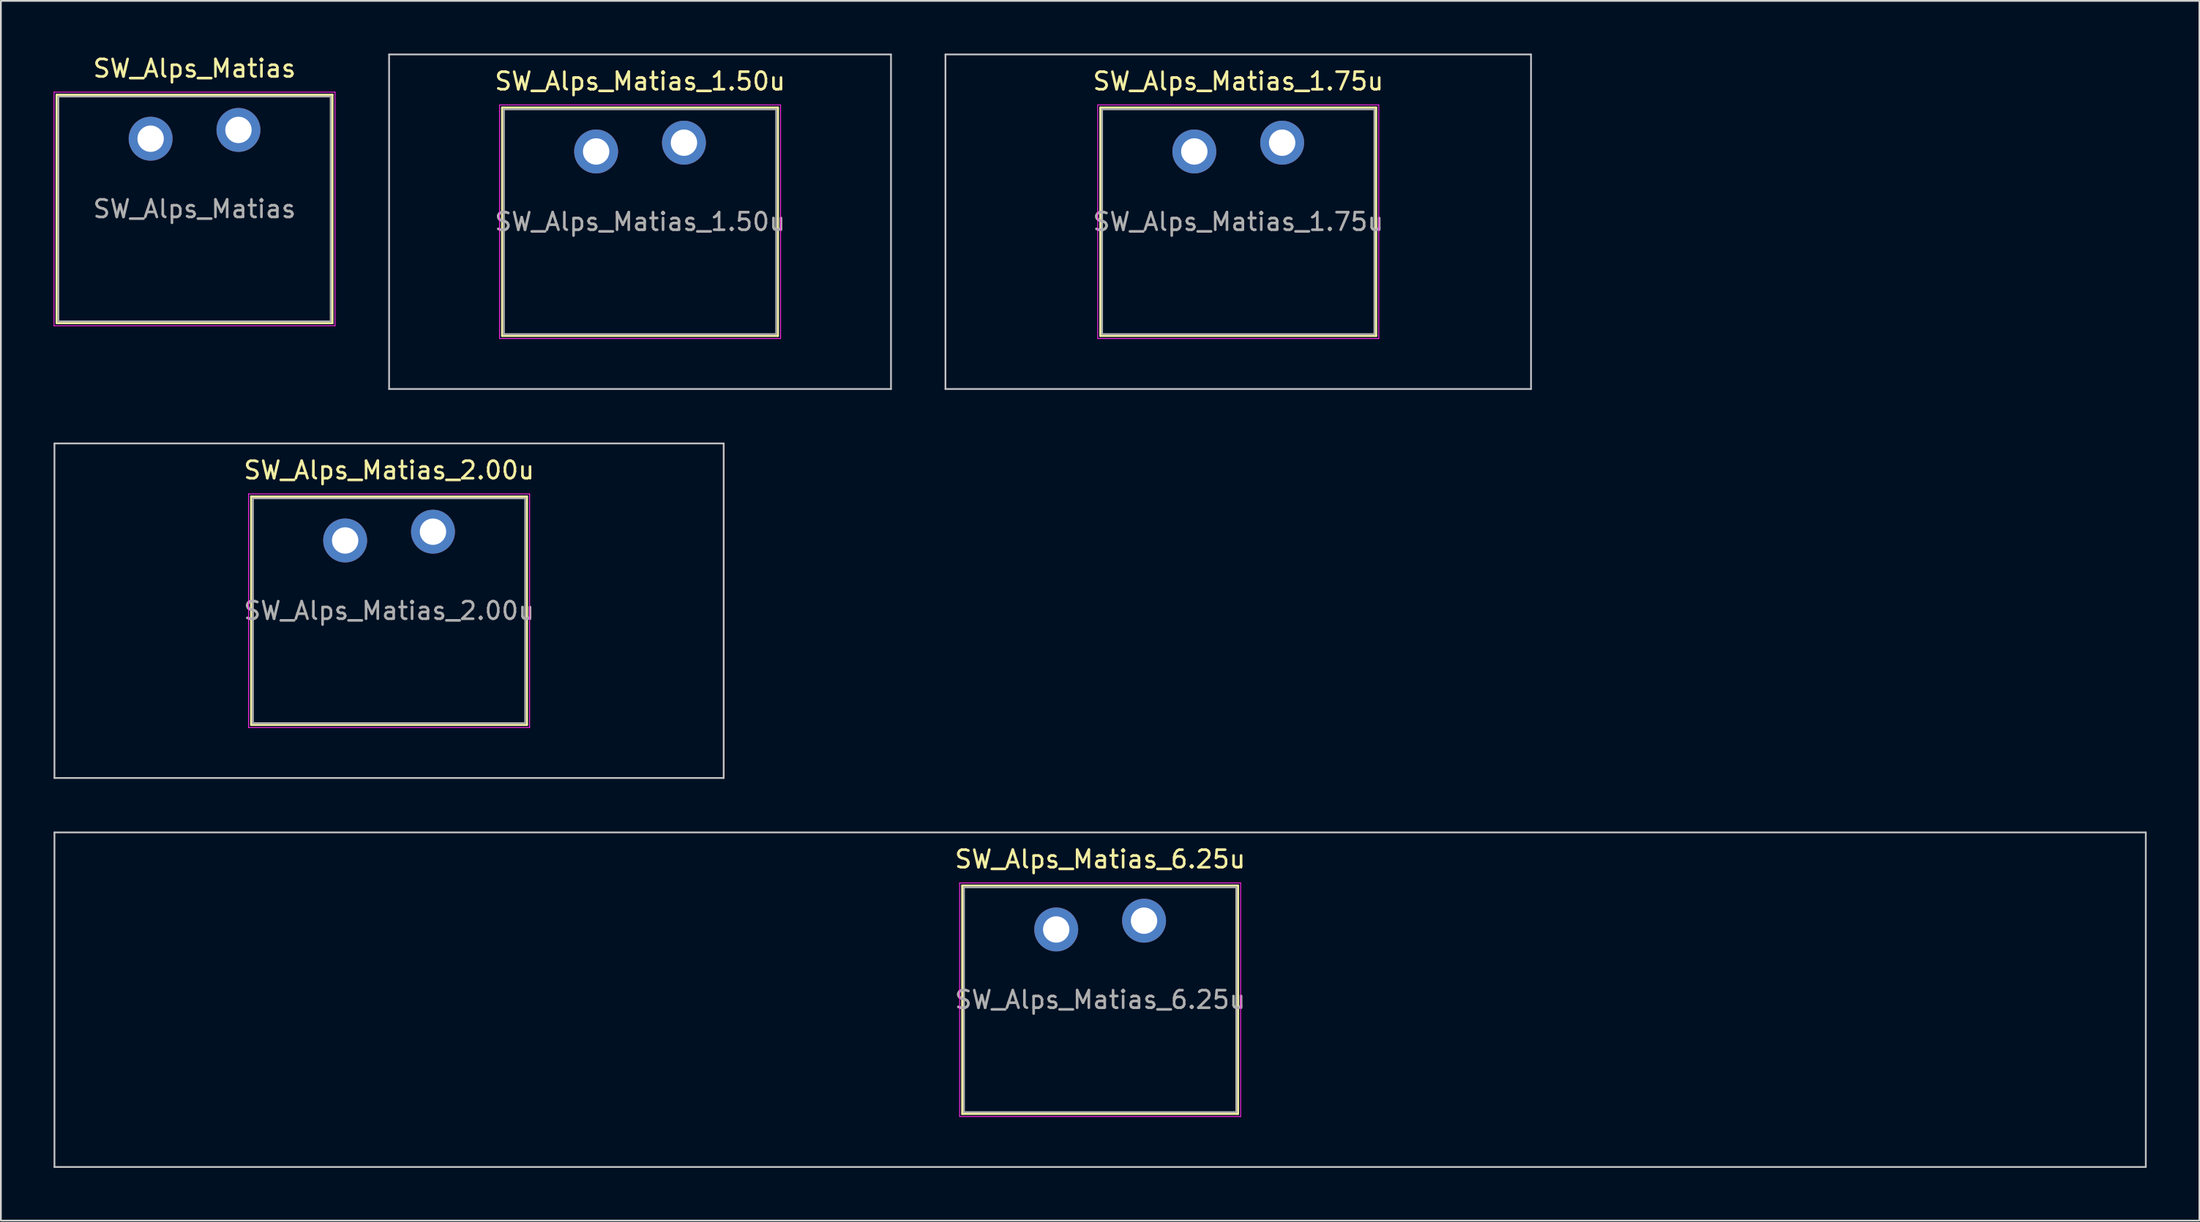
<source format=kicad_pcb>
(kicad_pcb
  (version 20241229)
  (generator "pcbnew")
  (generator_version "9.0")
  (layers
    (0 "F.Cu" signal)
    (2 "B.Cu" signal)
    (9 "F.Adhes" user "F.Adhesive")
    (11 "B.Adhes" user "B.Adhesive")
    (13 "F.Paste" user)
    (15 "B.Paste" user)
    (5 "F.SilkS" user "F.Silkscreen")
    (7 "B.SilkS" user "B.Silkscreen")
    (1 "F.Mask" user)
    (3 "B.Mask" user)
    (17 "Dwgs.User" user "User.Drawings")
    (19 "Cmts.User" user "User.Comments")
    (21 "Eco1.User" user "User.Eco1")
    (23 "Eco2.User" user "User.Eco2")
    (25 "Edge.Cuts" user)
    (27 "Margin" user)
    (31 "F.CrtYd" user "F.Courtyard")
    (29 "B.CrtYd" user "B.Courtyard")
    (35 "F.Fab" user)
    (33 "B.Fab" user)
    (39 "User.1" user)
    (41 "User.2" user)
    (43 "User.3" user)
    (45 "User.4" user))
  (footprint "SW_Alps_Matias_2.00u"
    (layer "F.Cu")
    (at 19.1 31.725)
    (property "Reference" "SW_Alps_Matias_2.00u" (at 0 -8 0) (layer "F.SilkS") (effects (font (size 1 1) (thickness 0.15))))
    (attr through_hole)
    (fp_line (start -7.85 -6.5) (end -7.85 6.5) (stroke (width 0.12) (type solid)) (layer "F.SilkS"))
    (fp_line (start -7.85 6.5) (end 7.85 6.5) (stroke (width 0.12) (type solid)) (layer "F.SilkS"))
    (fp_line (start 7.85 -6.5) (end -7.85 -6.5) (stroke (width 0.12) (type solid)) (layer "F.SilkS"))
    (fp_line (start 7.85 6.5) (end 7.85 -6.5) (stroke (width 0.12) (type solid)) (layer "F.SilkS"))
    (fp_line (start -19.05 -9.525) (end -19.05 9.525) (stroke (width 0.1) (type solid)) (layer "Dwgs.User"))
    (fp_line (start -19.05 9.525) (end 19.05 9.525) (stroke (width 0.1) (type solid)) (layer "Dwgs.User"))
    (fp_line (start 19.05 -9.525) (end -19.05 -9.525) (stroke (width 0.1) (type solid)) (layer "Dwgs.User"))
    (fp_line (start 19.05 9.525) (end 19.05 -9.525) (stroke (width 0.1) (type solid)) (layer "Dwgs.User"))
    (fp_line (start -7.75 -6.4) (end -7.75 6.4) (stroke (width 0.1) (type solid)) (layer "Eco1.User"))
    (fp_line (start -7.75 6.4) (end 7.75 6.4) (stroke (width 0.1) (type solid)) (layer "Eco1.User"))
    (fp_line (start 7.75 -6.4) (end -7.75 -6.4) (stroke (width 0.1) (type solid)) (layer "Eco1.User"))
    (fp_line (start 7.75 6.4) (end 7.75 -6.4) (stroke (width 0.1) (type solid)) (layer "Eco1.User"))
    (fp_line (start -8 -6.65) (end -8 6.65) (stroke (width 0.05) (type solid)) (layer "F.CrtYd"))
    (fp_line (start -8 6.65) (end 8 6.65) (stroke (width 0.05) (type solid)) (layer "F.CrtYd"))
    (fp_line (start 8 -6.65) (end -8 -6.65) (stroke (width 0.05) (type solid)) (layer "F.CrtYd"))
    (fp_line (start 8 6.65) (end 8 -6.65) (stroke (width 0.05) (type solid)) (layer "F.CrtYd"))
    (fp_line (start -7.75 -6.4) (end -7.75 6.4) (stroke (width 0.1) (type solid)) (layer "F.Fab"))
    (fp_line (start -7.75 6.4) (end 7.75 6.4) (stroke (width 0.1) (type solid)) (layer "F.Fab"))
    (fp_line (start 7.75 -6.4) (end -7.75 -6.4) (stroke (width 0.1) (type solid)) (layer "F.Fab"))
    (fp_line (start 7.75 6.4) (end 7.75 -6.4) (stroke (width 0.1) (type solid)) (layer "F.Fab"))
    (fp_text user "${REFERENCE}" (at 0 0 0) (layer "F.Fab") (effects (font (size 1 1) (thickness 0.15))))
    (pad "1" thru_hole circle (at -2.5 -4) (size 2.5 2.5) (drill 1.5) (layers "*.Cu" "B.Mask"))
    (pad "2" thru_hole circle (at 2.5 -4.5) (size 2.5 2.5) (drill 1.5) (layers "*.Cu" "B.Mask")))
  (footprint "SW_Alps_Matias"
    (layer "F.Cu")
    (at 8.025 8.848)
    (property "Reference" "SW_Alps_Matias" (at 0 -8 0) (layer "F.SilkS") (effects (font (size 1 1) (thickness 0.15))))
    (attr through_hole)
    (fp_line (start -7.85 -6.5) (end -7.85 6.5) (stroke (width 0.12) (type solid)) (layer "F.SilkS"))
    (fp_line (start -7.85 6.5) (end 7.85 6.5) (stroke (width 0.12) (type solid)) (layer "F.SilkS"))
    (fp_line (start 7.85 -6.5) (end -7.85 -6.5) (stroke (width 0.12) (type solid)) (layer "F.SilkS"))
    (fp_line (start 7.85 6.5) (end 7.85 -6.5) (stroke (width 0.12) (type solid)) (layer "F.SilkS"))
    (fp_line (start -7.75 -6.4) (end -7.75 6.4) (stroke (width 0.1) (type solid)) (layer "Eco1.User"))
    (fp_line (start -7.75 6.4) (end 7.75 6.4) (stroke (width 0.1) (type solid)) (layer "Eco1.User"))
    (fp_line (start 7.75 -6.4) (end -7.75 -6.4) (stroke (width 0.1) (type solid)) (layer "Eco1.User"))
    (fp_line (start 7.75 6.4) (end 7.75 -6.4) (stroke (width 0.1) (type solid)) (layer "Eco1.User"))
    (fp_line (start -8 -6.65) (end -8 6.65) (stroke (width 0.05) (type solid)) (layer "F.CrtYd"))
    (fp_line (start -8 6.65) (end 8 6.65) (stroke (width 0.05) (type solid)) (layer "F.CrtYd"))
    (fp_line (start 8 -6.65) (end -8 -6.65) (stroke (width 0.05) (type solid)) (layer "F.CrtYd"))
    (fp_line (start 8 6.65) (end 8 -6.65) (stroke (width 0.05) (type solid)) (layer "F.CrtYd"))
    (fp_line (start -7.75 -6.4) (end -7.75 6.4) (stroke (width 0.1) (type solid)) (layer "F.Fab"))
    (fp_line (start -7.75 6.4) (end 7.75 6.4) (stroke (width 0.1) (type solid)) (layer "F.Fab"))
    (fp_line (start 7.75 -6.4) (end -7.75 -6.4) (stroke (width 0.1) (type solid)) (layer "F.Fab"))
    (fp_line (start 7.75 6.4) (end 7.75 -6.4) (stroke (width 0.1) (type solid)) (layer "F.Fab"))
    (fp_text user "${REFERENCE}" (at 0 0 0) (layer "F.Fab") (effects (font (size 1 1) (thickness 0.15))))
    (pad "1" thru_hole circle (at -2.5 -4) (size 2.5 2.5) (drill 1.5) (layers "*.Cu" "B.Mask"))
    (pad "2" thru_hole circle (at 2.5 -4.5) (size 2.5 2.5) (drill 1.5) (layers "*.Cu" "B.Mask")))
  (footprint "SW_Alps_Matias_1.50u"
    (layer "F.Cu")
    (at 33.388 9.575)
    (property "Reference" "SW_Alps_Matias_1.50u" (at 0 -8 0) (layer "F.SilkS") (effects (font (size 1 1) (thickness 0.15))))
    (attr through_hole)
    (fp_line (start -7.85 -6.5) (end -7.85 6.5) (stroke (width 0.12) (type solid)) (layer "F.SilkS"))
    (fp_line (start -7.85 6.5) (end 7.85 6.5) (stroke (width 0.12) (type solid)) (layer "F.SilkS"))
    (fp_line (start 7.85 -6.5) (end -7.85 -6.5) (stroke (width 0.12) (type solid)) (layer "F.SilkS"))
    (fp_line (start 7.85 6.5) (end 7.85 -6.5) (stroke (width 0.12) (type solid)) (layer "F.SilkS"))
    (fp_line (start -14.287 -9.525) (end -14.287 9.525) (stroke (width 0.1) (type solid)) (layer "Dwgs.User"))
    (fp_line (start -14.287 9.525) (end 14.287 9.525) (stroke (width 0.1) (type solid)) (layer "Dwgs.User"))
    (fp_line (start 14.287 -9.525) (end -14.287 -9.525) (stroke (width 0.1) (type solid)) (layer "Dwgs.User"))
    (fp_line (start 14.287 9.525) (end 14.287 -9.525) (stroke (width 0.1) (type solid)) (layer "Dwgs.User"))
    (fp_line (start -7.75 -6.4) (end -7.75 6.4) (stroke (width 0.1) (type solid)) (layer "Eco1.User"))
    (fp_line (start -7.75 6.4) (end 7.75 6.4) (stroke (width 0.1) (type solid)) (layer "Eco1.User"))
    (fp_line (start 7.75 -6.4) (end -7.75 -6.4) (stroke (width 0.1) (type solid)) (layer "Eco1.User"))
    (fp_line (start 7.75 6.4) (end 7.75 -6.4) (stroke (width 0.1) (type solid)) (layer "Eco1.User"))
    (fp_line (start -8 -6.65) (end -8 6.65) (stroke (width 0.05) (type solid)) (layer "F.CrtYd"))
    (fp_line (start -8 6.65) (end 8 6.65) (stroke (width 0.05) (type solid)) (layer "F.CrtYd"))
    (fp_line (start 8 -6.65) (end -8 -6.65) (stroke (width 0.05) (type solid)) (layer "F.CrtYd"))
    (fp_line (start 8 6.65) (end 8 -6.65) (stroke (width 0.05) (type solid)) (layer "F.CrtYd"))
    (fp_line (start -7.75 -6.4) (end -7.75 6.4) (stroke (width 0.1) (type solid)) (layer "F.Fab"))
    (fp_line (start -7.75 6.4) (end 7.75 6.4) (stroke (width 0.1) (type solid)) (layer "F.Fab"))
    (fp_line (start 7.75 -6.4) (end -7.75 -6.4) (stroke (width 0.1) (type solid)) (layer "F.Fab"))
    (fp_line (start 7.75 6.4) (end 7.75 -6.4) (stroke (width 0.1) (type solid)) (layer "F.Fab"))
    (fp_text user "${REFERENCE}" (at 0 0 0) (layer "F.Fab") (effects (font (size 1 1) (thickness 0.15))))
    (pad "1" thru_hole circle (at -2.5 -4) (size 2.5 2.5) (drill 1.5) (layers "*.Cu" "*.Mask"))
    (pad "2" thru_hole circle (at 2.5 -4.5) (size 2.5 2.5) (drill 1.5) (layers "*.Cu" "*.Mask")))
  (footprint "SW_Alps_Matias_6.25u"
    (layer "F.Cu")
    (at 59.581 53.875)
    (property "Reference" "SW_Alps_Matias_6.25u" (at 0 -8 0) (layer "F.SilkS") (effects (font (size 1 1) (thickness 0.15))))
    (attr through_hole)
    (fp_line (start -7.85 -6.5) (end -7.85 6.5) (stroke (width 0.12) (type solid)) (layer "F.SilkS"))
    (fp_line (start -7.85 6.5) (end 7.85 6.5) (stroke (width 0.12) (type solid)) (layer "F.SilkS"))
    (fp_line (start 7.85 -6.5) (end -7.85 -6.5) (stroke (width 0.12) (type solid)) (layer "F.SilkS"))
    (fp_line (start 7.85 6.5) (end 7.85 -6.5) (stroke (width 0.12) (type solid)) (layer "F.SilkS"))
    (fp_line (start -59.531 -9.525) (end -59.531 9.525) (stroke (width 0.1) (type solid)) (layer "Dwgs.User"))
    (fp_line (start -59.531 9.525) (end 59.531 9.525) (stroke (width 0.1) (type solid)) (layer "Dwgs.User"))
    (fp_line (start 59.531 -9.525) (end -59.531 -9.525) (stroke (width 0.1) (type solid)) (layer "Dwgs.User"))
    (fp_line (start 59.531 9.525) (end 59.531 -9.525) (stroke (width 0.1) (type solid)) (layer "Dwgs.User"))
    (fp_line (start -8 -6.65) (end -8 6.65) (stroke (width 0.05) (type solid)) (layer "F.CrtYd"))
    (fp_line (start -8 6.65) (end 8 6.65) (stroke (width 0.05) (type solid)) (layer "F.CrtYd"))
    (fp_line (start 8 -6.65) (end -8 -6.65) (stroke (width 0.05) (type solid)) (layer "F.CrtYd"))
    (fp_line (start 8 6.65) (end 8 -6.65) (stroke (width 0.05) (type solid)) (layer "F.CrtYd"))
    (fp_line (start -7.75 -6.4) (end -7.75 6.4) (stroke (width 0.1) (type solid)) (layer "F.Fab"))
    (fp_line (start -7.75 6.4) (end 7.75 6.4) (stroke (width 0.1) (type solid)) (layer "F.Fab"))
    (fp_line (start 7.75 -6.4) (end -7.75 -6.4) (stroke (width 0.1) (type solid)) (layer "F.Fab"))
    (fp_line (start 7.75 6.4) (end 7.75 -6.4) (stroke (width 0.1) (type solid)) (layer "F.Fab"))
    (fp_text user "${REFERENCE}" (at 0 0 0) (layer "F.Fab") (effects (font (size 1 1) (thickness 0.15))))
    (pad "1" thru_hole circle (at -2.5 -4) (size 2.5 2.5) (drill 1.5) (layers "*.Cu" "B.Mask"))
    (pad "2" thru_hole circle (at 2.5 -4.5) (size 2.5 2.5) (drill 1.5) (layers "*.Cu" "B.Mask")))
  (footprint "SW_Alps_Matias_1.75u"
    (layer "F.Cu")
    (at 67.444 9.575)
    (property "Reference" "SW_Alps_Matias_1.75u" (at 0 -8 0) (layer "F.SilkS") (effects (font (size 1 1) (thickness 0.15))))
    (attr through_hole)
    (fp_line (start -7.85 -6.5) (end -7.85 6.5) (stroke (width 0.12) (type solid)) (layer "F.SilkS"))
    (fp_line (start -7.85 6.5) (end 7.85 6.5) (stroke (width 0.12) (type solid)) (layer "F.SilkS"))
    (fp_line (start 7.85 -6.5) (end -7.85 -6.5) (stroke (width 0.12) (type solid)) (layer "F.SilkS"))
    (fp_line (start 7.85 6.5) (end 7.85 -6.5) (stroke (width 0.12) (type solid)) (layer "F.SilkS"))
    (fp_line (start -16.669 -9.525) (end -16.669 9.525) (stroke (width 0.1) (type solid)) (layer "Dwgs.User"))
    (fp_line (start -16.669 9.525) (end 16.669 9.525) (stroke (width 0.1) (type solid)) (layer "Dwgs.User"))
    (fp_line (start 16.669 -9.525) (end -16.669 -9.525) (stroke (width 0.1) (type solid)) (layer "Dwgs.User"))
    (fp_line (start 16.669 9.525) (end 16.669 -9.525) (stroke (width 0.1) (type solid)) (layer "Dwgs.User"))
    (fp_line (start -7.75 -6.4) (end -7.75 6.4) (stroke (width 0.1) (type solid)) (layer "Eco1.User"))
    (fp_line (start -7.75 6.4) (end 7.75 6.4) (stroke (width 0.1) (type solid)) (layer "Eco1.User"))
    (fp_line (start 7.75 -6.4) (end -7.75 -6.4) (stroke (width 0.1) (type solid)) (layer "Eco1.User"))
    (fp_line (start 7.75 6.4) (end 7.75 -6.4) (stroke (width 0.1) (type solid)) (layer "Eco1.User"))
    (fp_line (start -8 -6.65) (end -8 6.65) (stroke (width 0.05) (type solid)) (layer "F.CrtYd"))
    (fp_line (start -8 6.65) (end 8 6.65) (stroke (width 0.05) (type solid)) (layer "F.CrtYd"))
    (fp_line (start 8 -6.65) (end -8 -6.65) (stroke (width 0.05) (type solid)) (layer "F.CrtYd"))
    (fp_line (start 8 6.65) (end 8 -6.65) (stroke (width 0.05) (type solid)) (layer "F.CrtYd"))
    (fp_line (start -7.75 -6.4) (end -7.75 6.4) (stroke (width 0.1) (type solid)) (layer "F.Fab"))
    (fp_line (start -7.75 6.4) (end 7.75 6.4) (stroke (width 0.1) (type solid)) (layer "F.Fab"))
    (fp_line (start 7.75 -6.4) (end -7.75 -6.4) (stroke (width 0.1) (type solid)) (layer "F.Fab"))
    (fp_line (start 7.75 6.4) (end 7.75 -6.4) (stroke (width 0.1) (type solid)) (layer "F.Fab"))
    (fp_text user "${REFERENCE}" (at 0 0 0) (layer "F.Fab") (effects (font (size 1 1) (thickness 0.15))))
    (pad "1" thru_hole circle (at -2.5 -4) (size 2.5 2.5) (drill 1.5) (layers "*.Cu" "*.Mask"))
    (pad "2" thru_hole circle (at 2.5 -4.5) (size 2.5 2.5) (drill 1.5) (layers "*.Cu" "*.Mask")))
  (gr_rect
    (start -3 -3)
    (end 122.162 66.45)
    (stroke (width 0.1) (type default))
    (fill no)
    (layer "Edge.Cuts")))
</source>
